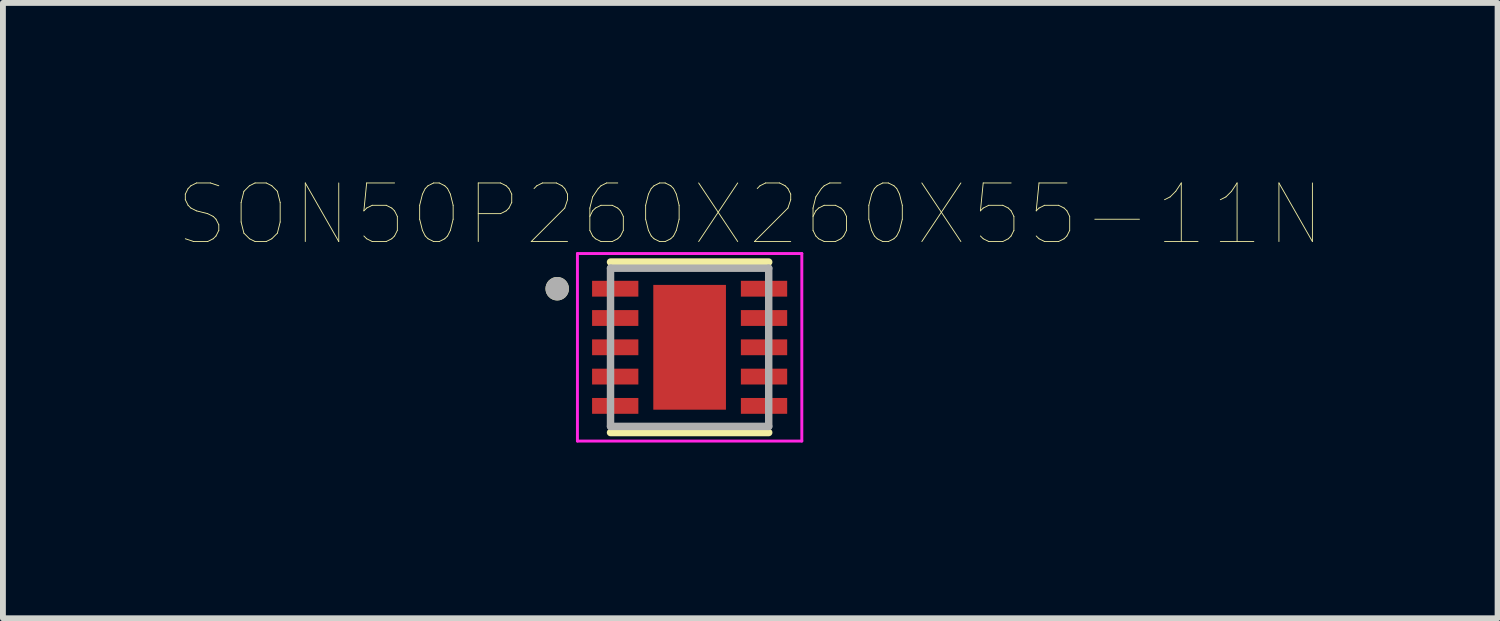
<source format=kicad_pcb>
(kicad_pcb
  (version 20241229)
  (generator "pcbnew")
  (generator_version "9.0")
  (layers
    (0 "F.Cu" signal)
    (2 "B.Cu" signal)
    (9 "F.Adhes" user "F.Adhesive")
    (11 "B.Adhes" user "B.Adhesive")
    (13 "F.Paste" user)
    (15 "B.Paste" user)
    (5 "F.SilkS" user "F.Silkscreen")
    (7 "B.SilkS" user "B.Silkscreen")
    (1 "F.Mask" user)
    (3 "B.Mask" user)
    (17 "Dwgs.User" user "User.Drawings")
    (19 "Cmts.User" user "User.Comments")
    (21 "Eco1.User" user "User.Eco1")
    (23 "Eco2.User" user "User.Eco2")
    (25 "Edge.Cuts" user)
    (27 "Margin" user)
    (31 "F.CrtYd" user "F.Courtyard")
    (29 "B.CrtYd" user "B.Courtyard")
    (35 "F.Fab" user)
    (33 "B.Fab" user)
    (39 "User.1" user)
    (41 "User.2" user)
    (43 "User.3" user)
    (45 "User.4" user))
  (footprint "SON50P260X260X55-11N"
    (layer "F.Cu")
    (at 8.721 2.878)
    (property "Reference" "SON50P260X260X55-11N" (at 1.035 -2.267 0) (layer "F.SilkS") (effects (font (size 1 1) (thickness 0.015))))
    (attr through_hole)
    (fp_line (start -1.35 -1.455) (end 1.35 -1.455) (stroke (width 0.127) (type solid)) (layer "F.SilkS"))
    (fp_line (start -1.35 1.455) (end 1.35 1.455) (stroke (width 0.127) (type solid)) (layer "F.SilkS"))
    (fp_circle (center -2.26 -1) (end -2.16 -1) (stroke (width 0.2) (type solid)) (fill no) (layer "F.SilkS"))
    (fp_poly (pts (xy -0.39 -0.67) (xy 0.39 -0.67) (xy 0.39 0.67) (xy -0.39 0.67)) (stroke (width 0.01) (type solid)) (fill yes) (layer "F.Paste"))
    (fp_line (start -1.915 -1.6) (end -1.915 1.6) (stroke (width 0.05) (type solid)) (layer "F.CrtYd"))
    (fp_line (start -1.915 -1.6) (end 1.915 -1.6) (stroke (width 0.05) (type solid)) (layer "F.CrtYd"))
    (fp_line (start -1.915 1.6) (end 1.915 1.6) (stroke (width 0.05) (type solid)) (layer "F.CrtYd"))
    (fp_line (start 1.915 -1.6) (end 1.915 1.6) (stroke (width 0.05) (type solid)) (layer "F.CrtYd"))
    (fp_line (start -1.35 -1.35) (end -1.35 1.35) (stroke (width 0.127) (type solid)) (layer "F.Fab"))
    (fp_line (start -1.35 -1.35) (end 1.35 -1.35) (stroke (width 0.127) (type solid)) (layer "F.Fab"))
    (fp_line (start -1.35 1.35) (end 1.35 1.35) (stroke (width 0.127) (type solid)) (layer "F.Fab"))
    (fp_line (start 1.35 -1.35) (end 1.35 1.35) (stroke (width 0.127) (type solid)) (layer "F.Fab"))
    (fp_circle (center -2.26 -1) (end -2.16 -1) (stroke (width 0.2) (type solid)) (fill no) (layer "F.Fab"))
    (pad "1" smd rect (at -1.27 -1) (size 0.79 0.27) (layers "F.Cu" "F.Mask" "F.Paste"))
    (pad "2" smd rect (at -1.27 -0.5) (size 0.79 0.27) (layers "F.Cu" "F.Mask" "F.Paste"))
    (pad "3" smd rect (at -1.27 0) (size 0.79 0.27) (layers "F.Cu" "F.Mask" "F.Paste"))
    (pad "4" smd rect (at -1.27 0.5) (size 0.79 0.27) (layers "F.Cu" "F.Mask" "F.Paste"))
    (pad "5" smd rect (at -1.27 1) (size 0.79 0.27) (layers "F.Cu" "F.Mask" "F.Paste"))
    (pad "6" smd rect (at 1.27 1) (size 0.79 0.27) (layers "F.Cu" "F.Mask" "F.Paste"))
    (pad "7" smd rect (at 1.27 0.5) (size 0.79 0.27) (layers "F.Cu" "F.Mask" "F.Paste"))
    (pad "8" smd rect (at 1.27 0) (size 0.79 0.27) (layers "F.Cu" "F.Mask" "F.Paste"))
    (pad "9" smd rect (at 1.27 -0.5) (size 0.79 0.27) (layers "F.Cu" "F.Mask" "F.Paste"))
    (pad "10" smd rect (at 1.27 -1) (size 0.79 0.27) (layers "F.Cu" "F.Mask" "F.Paste"))
    (pad "11" smd rect (at 0 0) (size 1.24 2.13) (layers "F.Cu" "F.Mask")))
  (gr_rect
    (start -3 -3)
    (end 22.512 7.503)
    (stroke (width 0.1) (type default))
    (fill no)
    (layer "Edge.Cuts")))
</source>
